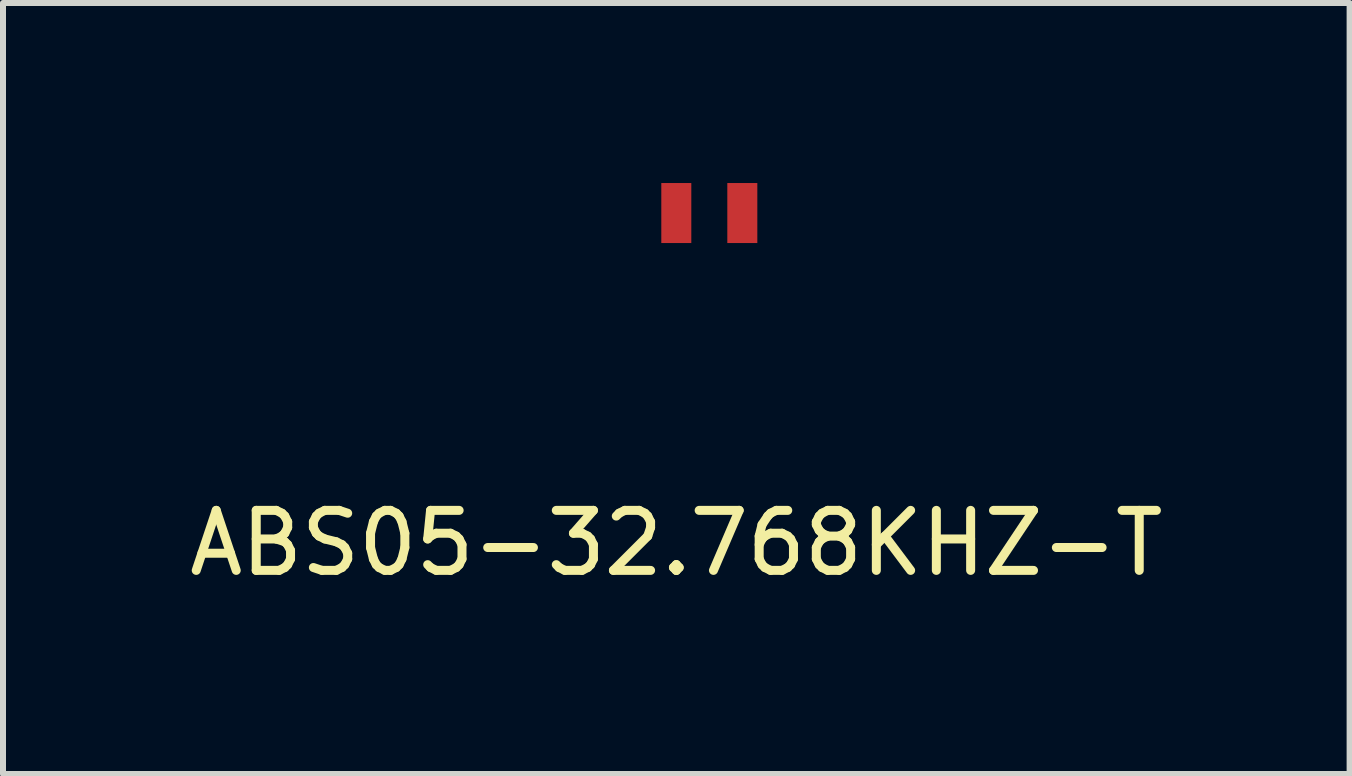
<source format=kicad_pcb>
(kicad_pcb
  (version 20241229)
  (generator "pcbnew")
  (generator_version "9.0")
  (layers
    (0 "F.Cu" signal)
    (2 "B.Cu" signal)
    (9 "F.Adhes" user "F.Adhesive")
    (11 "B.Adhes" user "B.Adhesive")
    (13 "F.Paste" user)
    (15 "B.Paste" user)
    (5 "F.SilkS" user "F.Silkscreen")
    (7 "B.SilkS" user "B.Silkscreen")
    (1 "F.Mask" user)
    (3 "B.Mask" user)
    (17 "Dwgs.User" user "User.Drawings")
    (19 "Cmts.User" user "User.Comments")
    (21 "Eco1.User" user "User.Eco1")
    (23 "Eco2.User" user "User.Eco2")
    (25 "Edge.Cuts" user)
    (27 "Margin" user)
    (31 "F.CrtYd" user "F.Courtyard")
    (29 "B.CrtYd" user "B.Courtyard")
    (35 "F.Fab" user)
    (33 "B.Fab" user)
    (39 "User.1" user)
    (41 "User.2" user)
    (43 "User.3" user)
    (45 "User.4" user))
  (footprint "ABS05-32.768KHZ-T"
    (layer "F.Cu")
    (at 8.22 0.5)
    (property "Reference" "ABS05-32.768KHZ-T" (at 0 5.5 0) (layer "F.SilkS") (effects (font (size 1 1) (thickness 0.15))))
    (attr through_hole)
    (pad "1" smd rect (at 0 0) (size 0.5 1) (layers "F.Cu" "F.Mask" "F.Paste"))
    (pad "2" smd rect (at 1.1 0) (size 0.5 1) (layers "F.Cu" "F.Mask" "F.Paste")))
  (gr_rect
    (start -3 -3)
    (end 19.44 9.848)
    (stroke (width 0.1) (type default))
    (fill no)
    (layer "Edge.Cuts")))
</source>
